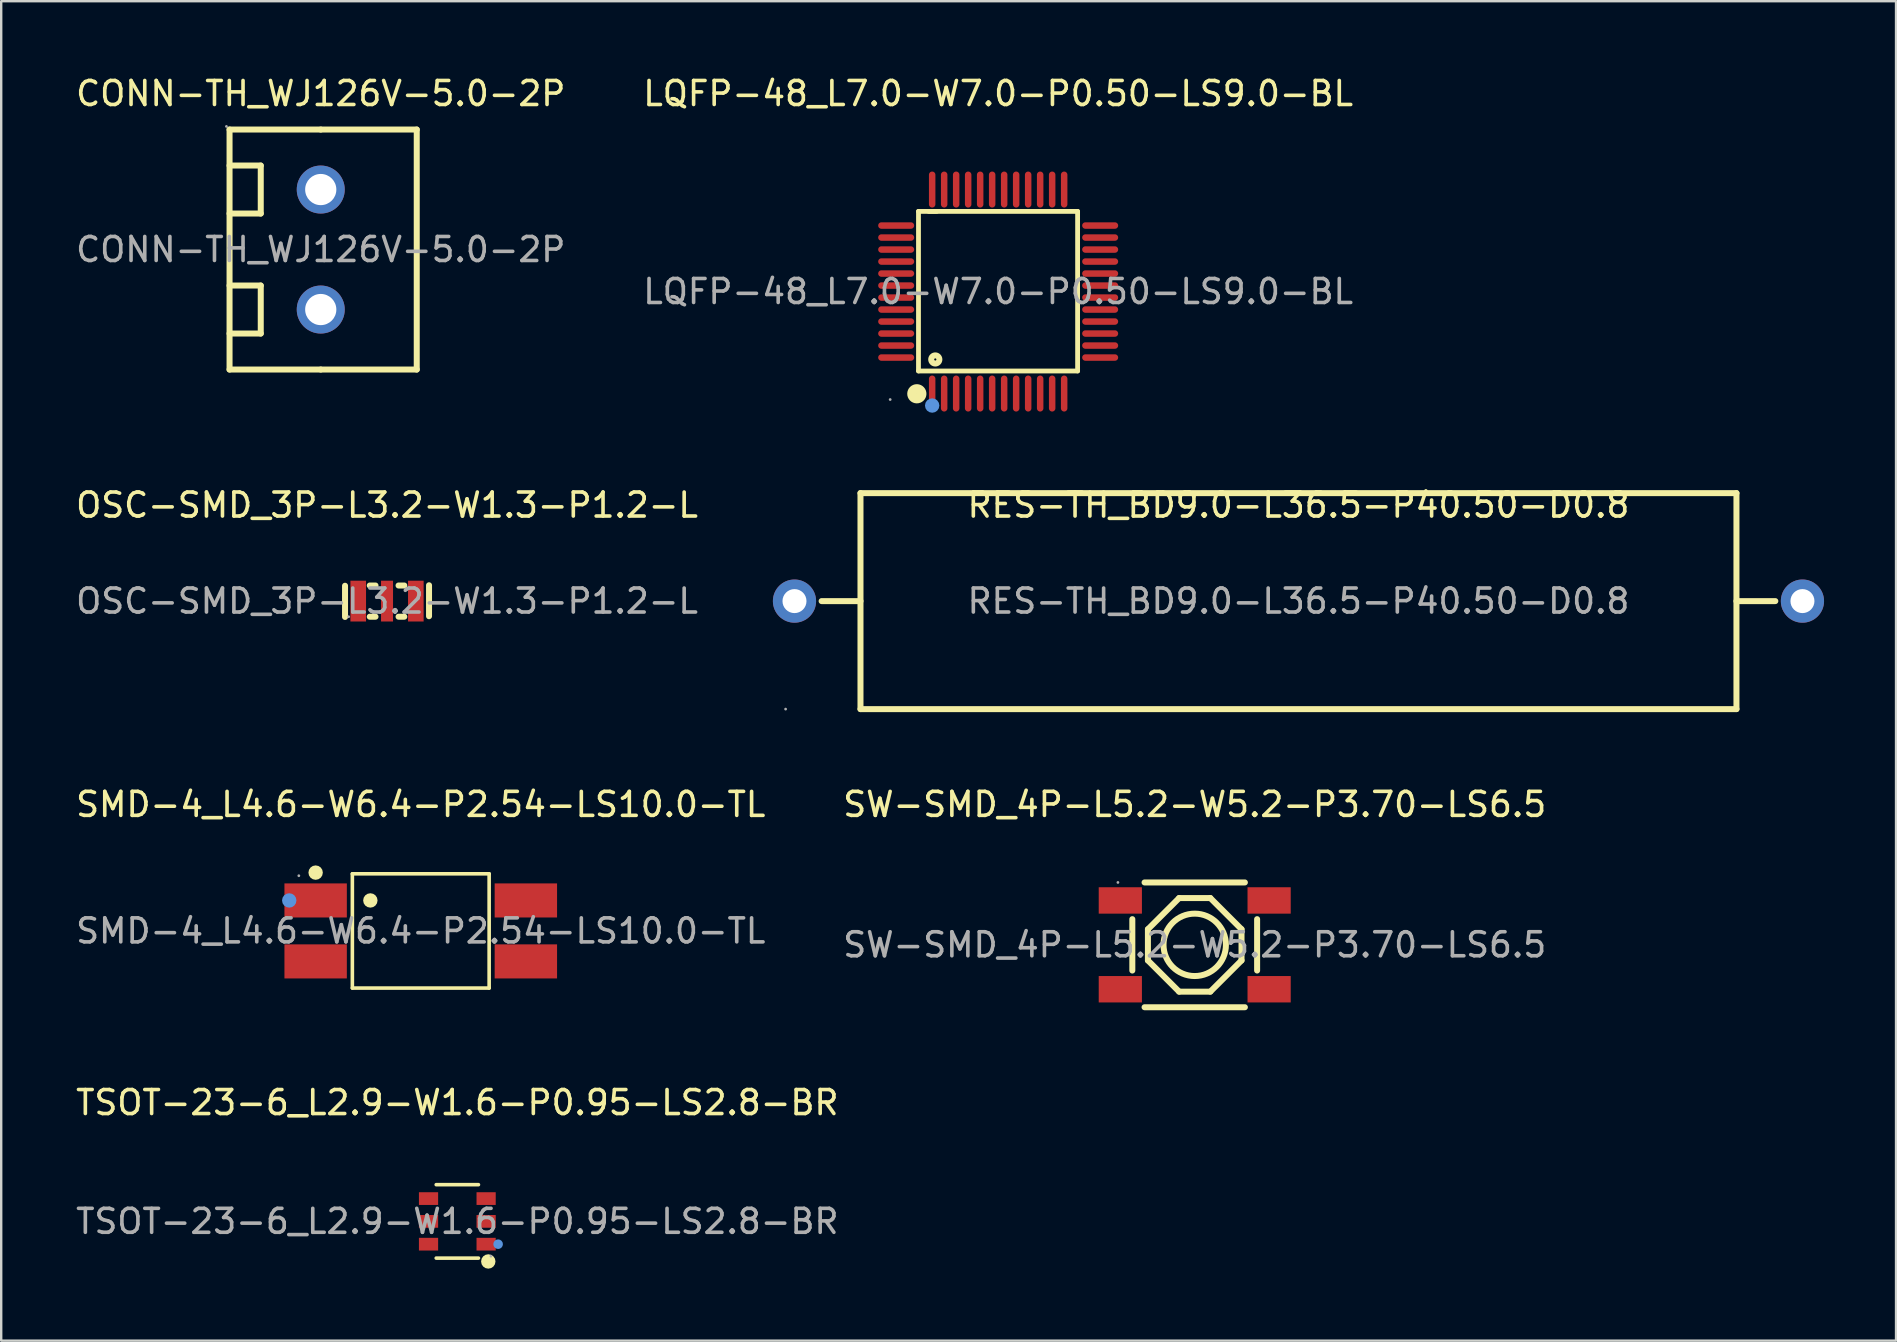
<source format=kicad_pcb>
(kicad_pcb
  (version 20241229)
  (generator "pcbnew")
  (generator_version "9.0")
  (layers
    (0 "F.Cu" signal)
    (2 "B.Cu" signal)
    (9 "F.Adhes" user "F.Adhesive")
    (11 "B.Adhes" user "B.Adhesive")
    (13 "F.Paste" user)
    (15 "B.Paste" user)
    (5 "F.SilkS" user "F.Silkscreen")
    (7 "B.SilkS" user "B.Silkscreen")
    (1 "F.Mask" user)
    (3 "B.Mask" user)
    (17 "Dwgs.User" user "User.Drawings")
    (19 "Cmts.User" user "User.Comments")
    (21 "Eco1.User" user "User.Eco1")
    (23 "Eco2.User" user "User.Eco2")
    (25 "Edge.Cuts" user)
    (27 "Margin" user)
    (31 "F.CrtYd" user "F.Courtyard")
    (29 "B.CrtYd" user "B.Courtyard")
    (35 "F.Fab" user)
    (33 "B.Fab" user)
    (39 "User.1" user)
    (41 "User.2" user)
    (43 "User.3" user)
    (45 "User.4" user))
  (footprint "RES-TH_BD9.0-L36.5-P40.50-D0.8"
    (layer "F.Cu")
    (at 51.055 21.997)
    (property "Reference" "RES-TH_BD9.0-L36.5-P40.50-D0.8" (at 0 -4 0) (layer "F.SilkS") (effects (font (size 1 1) (thickness 0.15))))
    (attr through_hole)
    (fp_line (start -18.25 -4.5) (end 18.25 -4.5) (stroke (width 0.25) (type solid)) (layer "F.SilkS"))
    (fp_line (start -18.25 0) (end -19.87 0) (stroke (width 0.25) (type solid)) (layer "F.SilkS"))
    (fp_line (start -18.25 4.5) (end -18.25 -4.5) (stroke (width 0.25) (type solid)) (layer "F.SilkS"))
    (fp_line (start 18.25 -4.5) (end 18.25 4.5) (stroke (width 0.25) (type solid)) (layer "F.SilkS"))
    (fp_line (start 18.25 0) (end 19.87 0) (stroke (width 0.25) (type solid)) (layer "F.SilkS"))
    (fp_line (start 18.25 4.5) (end -18.25 4.5) (stroke (width 0.25) (type solid)) (layer "F.SilkS"))
    (fp_circle (center -21.37 4.5) (end -21.34 4.5) (stroke (width 0.06) (type solid)) (fill no) (layer "F.Fab"))
    (fp_circle (center -21 0) (end -20.81 0) (stroke (width 0.38) (type solid)) (fill no) (layer "F.Fab"))
    (fp_circle (center 21 0) (end 21.19 0) (stroke (width 0.38) (type solid)) (fill no) (layer "F.Fab"))
    (fp_text user "${REFERENCE}" (at 0 0 0) (layer "F.Fab") (effects (font (size 1 1) (thickness 0.15))))
    (pad "1" thru_hole circle (at -21 0) (size 1.8 1.8) (drill 1) (layers "*.Cu" "*.Mask"))
    (pad "2" thru_hole circle (at 21 0) (size 1.8 1.8) (drill 1) (layers "*.Cu" "*.Mask")))
  (footprint "OSC-SMD_3P-L3.2-W1.3-P1.2-L"
    (layer "F.Cu")
    (at 13.077 21.997)
    (property "Reference" "OSC-SMD_3P-L3.2-W1.3-P1.2-L" (at 0 -4 0) (layer "F.SilkS") (effects (font (size 1 1) (thickness 0.15))))
    (attr smd)
    (fp_line (start -1.75 -0.64) (end -1.75 0.66) (stroke (width 0.25) (type solid)) (layer "F.SilkS"))
    (fp_line (start -0.72 -0.65) (end -0.48 -0.65) (stroke (width 0.25) (type solid)) (layer "F.SilkS"))
    (fp_line (start -0.72 0.65) (end -0.48 0.65) (stroke (width 0.25) (type solid)) (layer "F.SilkS"))
    (fp_line (start 0.48 -0.65) (end 0.72 -0.65) (stroke (width 0.25) (type solid)) (layer "F.SilkS"))
    (fp_line (start 0.48 0.65) (end 0.72 0.65) (stroke (width 0.25) (type solid)) (layer "F.SilkS"))
    (fp_line (start 1.75 0.63) (end 1.75 -0.66) (stroke (width 0.25) (type solid)) (layer "F.SilkS"))
    (fp_circle (center -1.6 0.65) (end -1.57 0.65) (stroke (width 0.06) (type solid)) (fill no) (layer "F.Fab"))
    (fp_text user "${REFERENCE}" (at 0 0 0) (layer "F.Fab") (effects (font (size 1 1) (thickness 0.15))))
    (pad "1" smd rect (at -1.2 0) (size 0.65 1.7) (layers "F.Cu" "F.Mask" "F.Paste"))
    (pad "2" smd rect (at 0 0) (size 0.5 1.7) (layers "F.Cu" "F.Mask" "F.Paste"))
    (pad "3" smd rect (at 1.2 0) (size 0.65 1.7) (layers "F.Cu" "F.Mask" "F.Paste")))
  (footprint "CONN-TH_WJ126V-5.0-2P"
    (layer "F.Cu")
    (at 10.315 7.348)
    (property "Reference" "CONN-TH_WJ126V-5.0-2P" (at 0 -6.5 0) (layer "F.SilkS") (effects (font (size 1 1) (thickness 0.15))))
    (attr through_hole)
    (fp_line (start -3.8 -5) (end 0 -5) (stroke (width 0.25) (type solid)) (layer "F.SilkS"))
    (fp_line (start -3.8 -3.5) (end -2.5 -3.5) (stroke (width 0.25) (type solid)) (layer "F.SilkS"))
    (fp_line (start -3.8 1.5) (end -2.5 1.5) (stroke (width 0.25) (type solid)) (layer "F.SilkS"))
    (fp_line (start -3.8 5) (end -3.8 -5) (stroke (width 0.25) (type solid)) (layer "F.SilkS"))
    (fp_line (start -2.5 -3.5) (end -2.5 -1.5) (stroke (width 0.25) (type solid)) (layer "F.SilkS"))
    (fp_line (start -2.5 -1.5) (end -3.8 -1.5) (stroke (width 0.25) (type solid)) (layer "F.SilkS"))
    (fp_line (start -2.5 1.5) (end -2.5 3.5) (stroke (width 0.25) (type solid)) (layer "F.SilkS"))
    (fp_line (start -2.5 3.5) (end -3.8 3.5) (stroke (width 0.25) (type solid)) (layer "F.SilkS"))
    (fp_line (start 0 -5) (end 4 -5) (stroke (width 0.25) (type solid)) (layer "F.SilkS"))
    (fp_line (start 0 5) (end -3.8 5) (stroke (width 0.25) (type solid)) (layer "F.SilkS"))
    (fp_line (start 4 -5) (end 4 5) (stroke (width 0.25) (type solid)) (layer "F.SilkS"))
    (fp_line (start 4 5) (end 0 5) (stroke (width 0.25) (type solid)) (layer "F.SilkS"))
    (fp_circle (center -3.93 -5.13) (end -3.9 -5.13) (stroke (width 0.06) (type solid)) (fill no) (layer "F.Fab"))
    (fp_circle (center 0 -2.5) (end 0.28 -2.5) (stroke (width 0.55) (type solid)) (fill no) (layer "F.Fab"))
    (fp_circle (center 0 2.5) (end 0.28 2.5) (stroke (width 0.55) (type solid)) (fill no) (layer "F.Fab"))
    (fp_text user "${REFERENCE}" (at 0 0 0) (layer "F.Fab") (effects (font (size 1 1) (thickness 0.15))))
    (pad "1" thru_hole circle (at 0 -2.5 270) (size 2 2) (drill 1.3) (layers "*.Cu" "*.Mask"))
    (pad "2" thru_hole circle (at 0 2.5 270) (size 2 2) (drill 1.3) (layers "*.Cu" "*.Mask")))
  (footprint "SMD-4_L4.6-W6.4-P2.54-LS10.0-TL"
    (layer "F.Cu")
    (at 14.482 35.74)
    (property "Reference" "SMD-4_L4.6-W6.4-P2.54-LS10.0-TL" (at 0 -5.27 0) (layer "F.SilkS") (effects (font (size 1 1) (thickness 0.15))))
    (attr smd)
    (fp_line (start -2.85 -2.38) (end 2.85 -2.38) (stroke (width 0.15) (type solid)) (layer "F.SilkS"))
    (fp_line (start -2.85 2.38) (end -2.85 -2.38) (stroke (width 0.15) (type solid)) (layer "F.SilkS"))
    (fp_line (start 2.85 -2.38) (end 2.85 2.38) (stroke (width 0.15) (type solid)) (layer "F.SilkS"))
    (fp_line (start 2.85 2.38) (end -2.85 2.38) (stroke (width 0.15) (type solid)) (layer "F.SilkS"))
    (fp_circle (center -4.38 -2.43) (end -4.23 -2.43) (stroke (width 0.3) (type solid)) (fill no) (layer "F.SilkS"))
    (fp_circle (center -2.1 -1.27) (end -1.95 -1.27) (stroke (width 0.3) (type solid)) (fill no) (layer "F.SilkS"))
    (fp_circle (center -5.48 -1.27) (end -5.33 -1.27) (stroke (width 0.3) (type solid)) (fill no) (layer "Cmts.User"))
    (fp_circle (center -5.08 -2.3) (end -5.05 -2.3) (stroke (width 0.06) (type solid)) (fill no) (layer "F.Fab"))
    (fp_text user "${REFERENCE}" (at 0 0 0) (layer "F.Fab") (effects (font (size 1 1) (thickness 0.15))))
    (pad "1" smd rect (at -4.38 -1.27) (size 2.6 1.42) (layers "F.Cu" "F.Mask" "F.Paste"))
    (pad "2" smd rect (at -4.38 1.27) (size 2.6 1.42) (layers "F.Cu" "F.Mask" "F.Paste"))
    (pad "3" smd rect (at 4.38 1.27) (size 2.6 1.42) (layers "F.Cu" "F.Mask" "F.Paste"))
    (pad "4" smd rect (at 4.38 -1.27) (size 2.6 1.42) (layers "F.Cu" "F.Mask" "F.Paste")))
  (footprint "LQFP-48_L7.0-W7.0-P0.50-LS9.0-BL"
    (layer "F.Cu")
    (at 38.542 9.098)
    (property "Reference" "LQFP-48_L7.0-W7.0-P0.50-LS9.0-BL" (at 0 -8.25 0) (layer "F.SilkS") (effects (font (size 1 1) (thickness 0.15))))
    (attr smd)
    (fp_line (start -3.32 -3.34) (end -2.56 -3.34) (stroke (width 0.2) (type solid)) (layer "F.SilkS"))
    (fp_line (start -3.32 3.31) (end -3.32 -3.34) (stroke (width 0.2) (type solid)) (layer "F.SilkS"))
    (fp_line (start -2.89 -3.34) (end 3.31 -3.34) (stroke (width 0.2) (type solid)) (layer "F.SilkS"))
    (fp_line (start 3.31 -3.34) (end 3.31 3.31) (stroke (width 0.2) (type solid)) (layer "F.SilkS"))
    (fp_line (start 3.31 3.31) (end -3.32 3.31) (stroke (width 0.2) (type solid)) (layer "F.SilkS"))
    (fp_arc (start -3.38 4.06) (mid -3.394988 4.460188) (end -3.390027 4.05975) (stroke (width 0.4) (type solid)) (layer "F.SilkS"))
    (fp_circle (center -2.62 2.83) (end -2.45 2.83) (stroke (width 0.25) (type solid)) (fill no) (layer "F.SilkS"))
    (fp_circle (center -2.75 4.75) (end -2.6 4.75) (stroke (width 0.3) (type solid)) (fill no) (layer "Cmts.User"))
    (fp_circle (center -4.5 4.5) (end -4.47 4.5) (stroke (width 0.06) (type solid)) (fill no) (layer "F.Fab"))
    (fp_text user "${REFERENCE}" (at 0 0 0) (layer "F.Fab") (effects (font (size 1 1) (thickness 0.15))))
    (pad "1" smd oval (at -2.75 4.25) (size 0.27 1.5) (layers "F.Cu" "F.Mask" "F.Paste"))
    (pad "2" smd oval (at -2.25 4.25) (size 0.27 1.5) (layers "F.Cu" "F.Mask" "F.Paste"))
    (pad "3" smd oval (at -1.75 4.25) (size 0.27 1.5) (layers "F.Cu" "F.Mask" "F.Paste"))
    (pad "4" smd oval (at -1.25 4.25) (size 0.27 1.5) (layers "F.Cu" "F.Mask" "F.Paste"))
    (pad "5" smd oval (at -0.75 4.25) (size 0.27 1.5) (layers "F.Cu" "F.Mask" "F.Paste"))
    (pad "6" smd oval (at -0.25 4.25) (size 0.27 1.5) (layers "F.Cu" "F.Mask" "F.Paste"))
    (pad "7" smd oval (at 0.25 4.25) (size 0.27 1.5) (layers "F.Cu" "F.Mask" "F.Paste"))
    (pad "8" smd oval (at 0.75 4.25) (size 0.27 1.5) (layers "F.Cu" "F.Mask" "F.Paste"))
    (pad "9" smd oval (at 1.25 4.25) (size 0.27 1.5) (layers "F.Cu" "F.Mask" "F.Paste"))
    (pad "10" smd oval (at 1.75 4.25) (size 0.27 1.5) (layers "F.Cu" "F.Mask" "F.Paste"))
    (pad "11" smd oval (at 2.25 4.25) (size 0.27 1.5) (layers "F.Cu" "F.Mask" "F.Paste"))
    (pad "12" smd oval (at 2.75 4.25) (size 0.27 1.5) (layers "F.Cu" "F.Mask" "F.Paste"))
    (pad "13" smd oval (at 4.25 2.75) (size 1.5 0.27) (layers "F.Cu" "F.Mask" "F.Paste"))
    (pad "14" smd oval (at 4.25 2.25) (size 1.5 0.27) (layers "F.Cu" "F.Mask" "F.Paste"))
    (pad "15" smd oval (at 4.25 1.75) (size 1.5 0.27) (layers "F.Cu" "F.Mask" "F.Paste"))
    (pad "16" smd oval (at 4.25 1.25) (size 1.5 0.27) (layers "F.Cu" "F.Mask" "F.Paste"))
    (pad "17" smd oval (at 4.25 0.75) (size 1.5 0.27) (layers "F.Cu" "F.Mask" "F.Paste"))
    (pad "18" smd oval (at 4.25 0.25) (size 1.5 0.27) (layers "F.Cu" "F.Mask" "F.Paste"))
    (pad "19" smd oval (at 4.25 -0.25) (size 1.5 0.27) (layers "F.Cu" "F.Mask" "F.Paste"))
    (pad "20" smd oval (at 4.25 -0.75) (size 1.5 0.27) (layers "F.Cu" "F.Mask" "F.Paste"))
    (pad "21" smd oval (at 4.25 -1.25) (size 1.5 0.27) (layers "F.Cu" "F.Mask" "F.Paste"))
    (pad "22" smd oval (at 4.25 -1.75) (size 1.5 0.27) (layers "F.Cu" "F.Mask" "F.Paste"))
    (pad "23" smd oval (at 4.25 -2.25) (size 1.5 0.27) (layers "F.Cu" "F.Mask" "F.Paste"))
    (pad "24" smd oval (at 4.25 -2.75) (size 1.5 0.27) (layers "F.Cu" "F.Mask" "F.Paste"))
    (pad "25" smd oval (at 2.75 -4.25) (size 0.27 1.5) (layers "F.Cu" "F.Mask" "F.Paste"))
    (pad "26" smd oval (at 2.25 -4.25) (size 0.27 1.5) (layers "F.Cu" "F.Mask" "F.Paste"))
    (pad "27" smd oval (at 1.75 -4.25) (size 0.27 1.5) (layers "F.Cu" "F.Mask" "F.Paste"))
    (pad "28" smd oval (at 1.25 -4.25) (size 0.27 1.5) (layers "F.Cu" "F.Mask" "F.Paste"))
    (pad "29" smd oval (at 0.75 -4.25) (size 0.27 1.5) (layers "F.Cu" "F.Mask" "F.Paste"))
    (pad "30" smd oval (at 0.25 -4.25) (size 0.27 1.5) (layers "F.Cu" "F.Mask" "F.Paste"))
    (pad "31" smd oval (at -0.25 -4.25) (size 0.27 1.5) (layers "F.Cu" "F.Mask" "F.Paste"))
    (pad "32" smd oval (at -0.75 -4.25) (size 0.27 1.5) (layers "F.Cu" "F.Mask" "F.Paste"))
    (pad "33" smd oval (at -1.25 -4.25) (size 0.27 1.5) (layers "F.Cu" "F.Mask" "F.Paste"))
    (pad "34" smd oval (at -1.75 -4.25) (size 0.27 1.5) (layers "F.Cu" "F.Mask" "F.Paste"))
    (pad "35" smd oval (at -2.25 -4.25) (size 0.27 1.5) (layers "F.Cu" "F.Mask" "F.Paste"))
    (pad "36" smd oval (at -2.75 -4.25) (size 0.27 1.5) (layers "F.Cu" "F.Mask" "F.Paste"))
    (pad "37" smd oval (at -4.25 -2.75) (size 1.5 0.27) (layers "F.Cu" "F.Mask" "F.Paste"))
    (pad "38" smd oval (at -4.25 -2.25) (size 1.5 0.27) (layers "F.Cu" "F.Mask" "F.Paste"))
    (pad "39" smd oval (at -4.25 -1.75) (size 1.5 0.27) (layers "F.Cu" "F.Mask" "F.Paste"))
    (pad "40" smd oval (at -4.25 -1.25) (size 1.5 0.27) (layers "F.Cu" "F.Mask" "F.Paste"))
    (pad "41" smd oval (at -4.25 -0.75) (size 1.5 0.27) (layers "F.Cu" "F.Mask" "F.Paste"))
    (pad "42" smd oval (at -4.25 -0.25) (size 1.5 0.27) (layers "F.Cu" "F.Mask" "F.Paste"))
    (pad "43" smd oval (at -4.25 0.25) (size 1.5 0.27) (layers "F.Cu" "F.Mask" "F.Paste"))
    (pad "44" smd oval (at -4.25 0.75) (size 1.5 0.27) (layers "F.Cu" "F.Mask" "F.Paste"))
    (pad "45" smd oval (at -4.25 1.25) (size 1.5 0.27) (layers "F.Cu" "F.Mask" "F.Paste"))
    (pad "46" smd oval (at -4.25 1.75) (size 1.5 0.27) (layers "F.Cu" "F.Mask" "F.Paste"))
    (pad "47" smd oval (at -4.25 2.25) (size 1.5 0.27) (layers "F.Cu" "F.Mask" "F.Paste"))
    (pad "48" smd oval (at -4.25 2.75) (size 1.5 0.27) (layers "F.Cu" "F.Mask" "F.Paste")))
  (footprint "TSOT-23-6_L2.9-W1.6-P0.95-LS2.8-BR"
    (layer "F.Cu")
    (at 16.006 47.843)
    (property "Reference" "TSOT-23-6_L2.9-W1.6-P0.95-LS2.8-BR" (at 0 -4.95 0) (layer "F.SilkS") (effects (font (size 1 1) (thickness 0.15))))
    (attr smd)
    (fp_line (start 0.88 -1.53) (end -0.88 -1.53) (stroke (width 0.15) (type solid)) (layer "F.SilkS"))
    (fp_line (start 0.88 1.53) (end -0.88 1.53) (stroke (width 0.15) (type solid)) (layer "F.SilkS"))
    (fp_circle (center 1.29 1.67) (end 1.44 1.67) (stroke (width 0.3) (type solid)) (fill no) (layer "F.SilkS"))
    (fp_circle (center 1.7 0.95) (end 1.8 0.95) (stroke (width 0.2) (type solid)) (fill no) (layer "Cmts.User"))
    (fp_circle (center 1.4 1.45) (end 1.43 1.45) (stroke (width 0.06) (type solid)) (fill no) (layer "F.Fab"))
    (fp_text user "${REFERENCE}" (at 0 0 0) (layer "F.Fab") (effects (font (size 1 1) (thickness 0.15))))
    (pad "1" smd rect (at 1.2 0.95) (size 0.8 0.53) (layers "F.Cu" "F.Mask" "F.Paste"))
    (pad "2" smd rect (at 1.2 0) (size 0.8 0.53) (layers "F.Cu" "F.Mask" "F.Paste"))
    (pad "3" smd rect (at 1.2 -0.95) (size 0.8 0.53) (layers "F.Cu" "F.Mask" "F.Paste"))
    (pad "4" smd rect (at -1.2 -0.95) (size 0.8 0.53) (layers "F.Cu" "F.Mask" "F.Paste"))
    (pad "5" smd rect (at -1.2 0) (size 0.8 0.53) (layers "F.Cu" "F.Mask" "F.Paste"))
    (pad "6" smd rect (at -1.2 0.95) (size 0.8 0.53) (layers "F.Cu" "F.Mask" "F.Paste")))
  (footprint "SW-SMD_4P-L5.2-W5.2-P3.70-LS6.5"
    (layer "F.Cu")
    (at 46.732 36.32)
    (property "Reference" "SW-SMD_4P-L5.2-W5.2-P3.70-LS6.5" (at 0 -5.85 0) (layer "F.SilkS") (effects (font (size 1 1) (thickness 0.15))))
    (attr smd)
    (fp_line (start -2.6 1.07) (end -2.6 -1.07) (stroke (width 0.25) (type solid)) (layer "F.SilkS"))
    (fp_line (start -2.09 -2.6) (end 2.09 -2.6) (stroke (width 0.25) (type solid)) (layer "F.SilkS"))
    (fp_line (start -1.95 -0.65) (end -0.65 -1.95) (stroke (width 0.25) (type solid)) (layer "F.SilkS"))
    (fp_line (start -1.95 0.65) (end -1.95 -0.65) (stroke (width 0.25) (type solid)) (layer "F.SilkS"))
    (fp_line (start -0.65 -1.95) (end 0.65 -1.95) (stroke (width 0.25) (type solid)) (layer "F.SilkS"))
    (fp_line (start -0.65 1.95) (end -1.95 0.65) (stroke (width 0.25) (type solid)) (layer "F.SilkS"))
    (fp_line (start 0.65 -1.95) (end 1.95 -0.65) (stroke (width 0.25) (type solid)) (layer "F.SilkS"))
    (fp_line (start 0.65 1.95) (end -0.65 1.95) (stroke (width 0.25) (type solid)) (layer "F.SilkS"))
    (fp_line (start 1.95 -0.65) (end 1.95 0.65) (stroke (width 0.25) (type solid)) (layer "F.SilkS"))
    (fp_line (start 1.95 0.65) (end 0.65 1.95) (stroke (width 0.25) (type solid)) (layer "F.SilkS"))
    (fp_line (start 2.09 2.6) (end -2.09 2.6) (stroke (width 0.25) (type solid)) (layer "F.SilkS"))
    (fp_line (start 2.6 -1.07) (end 2.6 1.07) (stroke (width 0.25) (type solid)) (layer "F.SilkS"))
    (fp_circle (center 0 0) (end 1.3 0) (stroke (width 0.25) (type solid)) (fill no) (layer "F.SilkS"))
    (fp_circle (center -3.2 -2.6) (end -3.17 -2.6) (stroke (width 0.06) (type solid)) (fill no) (layer "F.Fab"))
    (fp_text user "${REFERENCE}" (at 0 0 0) (layer "F.Fab") (effects (font (size 1 1) (thickness 0.15))))
    (pad "1" smd rect (at -3.1 -1.85) (size 1.8 1.1) (layers "F.Cu" "F.Mask" "F.Paste"))
    (pad "2" smd rect (at 3.1 -1.85) (size 1.8 1.1) (layers "F.Cu" "F.Mask" "F.Paste"))
    (pad "3" smd rect (at -3.1 1.85) (size 1.8 1.1) (layers "F.Cu" "F.Mask" "F.Paste"))
    (pad "4" smd rect (at 3.1 1.85) (size 1.8 1.1) (layers "F.Cu" "F.Mask" "F.Paste")))
  (gr_rect
    (start -3 -3)
    (end 75.955 52.813)
    (stroke (width 0.1) (type default))
    (fill no)
    (layer "Edge.Cuts")))
</source>
